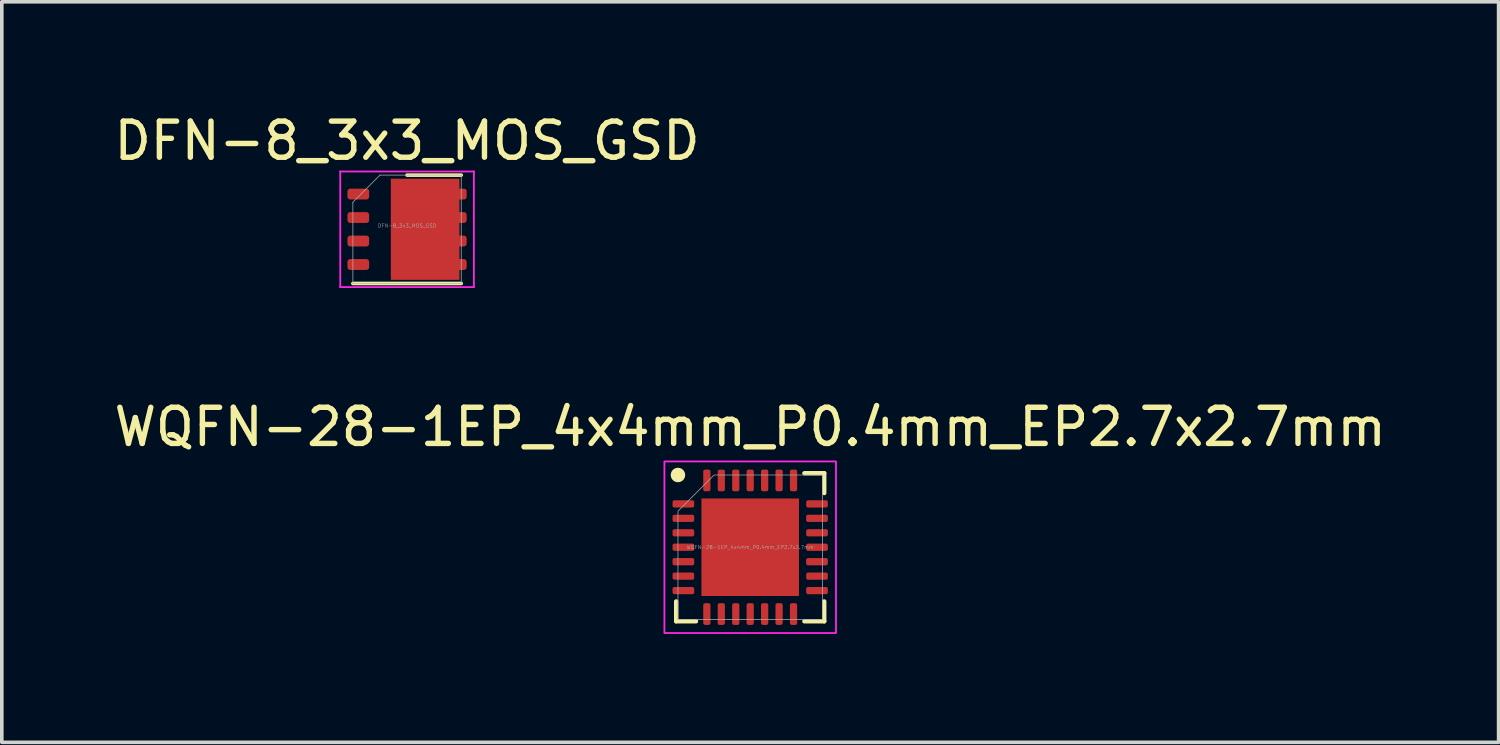
<source format=kicad_pcb>
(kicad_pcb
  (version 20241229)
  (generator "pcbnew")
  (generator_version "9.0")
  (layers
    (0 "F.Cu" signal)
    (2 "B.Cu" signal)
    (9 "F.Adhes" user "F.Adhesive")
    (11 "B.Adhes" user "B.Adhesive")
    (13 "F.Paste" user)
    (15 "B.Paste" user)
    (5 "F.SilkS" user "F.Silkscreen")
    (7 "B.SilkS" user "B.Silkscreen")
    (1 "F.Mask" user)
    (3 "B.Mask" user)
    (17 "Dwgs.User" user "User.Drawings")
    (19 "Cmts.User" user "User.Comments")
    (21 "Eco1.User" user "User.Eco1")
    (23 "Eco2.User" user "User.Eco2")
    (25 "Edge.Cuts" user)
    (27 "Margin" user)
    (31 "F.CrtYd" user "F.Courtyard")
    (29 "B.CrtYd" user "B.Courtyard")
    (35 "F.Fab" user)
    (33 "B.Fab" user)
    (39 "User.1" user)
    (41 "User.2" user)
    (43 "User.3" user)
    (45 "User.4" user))
  (footprint "WQFN-28-1EP_4x4mm_P0.4mm_EP2.7x2.7mm"
    (layer "F.Cu")
    (at 17.72 12.101)
    (property "Reference" "WQFN-28-1EP_4x4mm_P0.4mm_EP2.7x2.7mm" (at 0 -3.33 0) (layer "F.SilkS") (effects (font (size 1 1) (thickness 0.15))))
    (attr smd)
    (fp_line (start -2.05 2.05) (end -2.05 1.5) (stroke (width 0.12) (type solid)) (layer "F.SilkS"))
    (fp_line (start -1.5 2.05) (end -2.05 2.05) (stroke (width 0.12) (type solid)) (layer "F.SilkS"))
    (fp_line (start 1.5 -2.05) (end 2.05 -2.05) (stroke (width 0.12) (type solid)) (layer "F.SilkS"))
    (fp_line (start 1.5 2.05) (end 2.05 2.05) (stroke (width 0.12) (type solid)) (layer "F.SilkS"))
    (fp_line (start 2.05 -2.05) (end 2.05 -1.5) (stroke (width 0.12) (type solid)) (layer "F.SilkS"))
    (fp_line (start 2.05 2.05) (end 2.05 1.5) (stroke (width 0.12) (type solid)) (layer "F.SilkS"))
    (fp_circle (center -2 -2) (end -1.8 -2) (stroke (width 0) (type solid)) (fill yes) (layer "F.SilkS"))
    (fp_rect (start -2.375 -2.375) (end 2.375 2.375) (stroke (width 0.05) (type solid)) (fill no) (layer "F.CrtYd"))
    (fp_poly (pts (xy -2 -1) (xy -2 2) (xy 2 2) (xy 2 -2) (xy -1 -2)) (stroke (width 0.02) (type solid)) (fill no) (layer "F.Fab"))
    (fp_text user "${REFERENCE}" (at 0 0 0) (layer "F.Fab") (effects (font (size 0.1 0.1) (thickness 0.01))))
    (pad "" smd roundrect (at -0.675 -0.675) (size 1.09 1.09) (layers "F.Paste") (roundrect_rratio 0.229))
    (pad "" smd roundrect (at -0.675 0.675) (size 1.09 1.09) (layers "F.Paste") (roundrect_rratio 0.229))
    (pad "" smd roundrect (at 0.675 -0.675) (size 1.09 1.09) (layers "F.Paste") (roundrect_rratio 0.229))
    (pad "" smd roundrect (at 0.675 0.675) (size 1.09 1.09) (layers "F.Paste") (roundrect_rratio 0.229))
    (pad "1" smd roundrect (at -1.85 -1.2) (size 0.6 0.2) (layers "F.Cu" "F.Mask" "F.Paste") (roundrect_rratio 0.25))
    (pad "2" smd roundrect (at -1.85 -0.8) (size 0.6 0.2) (layers "F.Cu" "F.Mask" "F.Paste") (roundrect_rratio 0.25))
    (pad "3" smd roundrect (at -1.85 -0.4) (size 0.6 0.2) (layers "F.Cu" "F.Mask" "F.Paste") (roundrect_rratio 0.25))
    (pad "4" smd roundrect (at -1.85 0) (size 0.6 0.2) (layers "F.Cu" "F.Mask" "F.Paste") (roundrect_rratio 0.25))
    (pad "5" smd roundrect (at -1.85 0.4) (size 0.6 0.2) (layers "F.Cu" "F.Mask" "F.Paste") (roundrect_rratio 0.25))
    (pad "6" smd roundrect (at -1.85 0.8) (size 0.6 0.2) (layers "F.Cu" "F.Mask" "F.Paste") (roundrect_rratio 0.25))
    (pad "7" smd roundrect (at -1.85 1.2) (size 0.6 0.2) (layers "F.Cu" "F.Mask" "F.Paste") (roundrect_rratio 0.25))
    (pad "8" smd roundrect (at -1.2 1.85 90) (size 0.6 0.2) (layers "F.Cu" "F.Mask" "F.Paste") (roundrect_rratio 0.25))
    (pad "9" smd roundrect (at -0.8 1.85 90) (size 0.6 0.2) (layers "F.Cu" "F.Mask" "F.Paste") (roundrect_rratio 0.25))
    (pad "10" smd roundrect (at -0.4 1.85 90) (size 0.6 0.2) (layers "F.Cu" "F.Mask" "F.Paste") (roundrect_rratio 0.25))
    (pad "11" smd roundrect (at 0 1.85 90) (size 0.6 0.2) (layers "F.Cu" "F.Mask" "F.Paste") (roundrect_rratio 0.25))
    (pad "12" smd roundrect (at 0.4 1.85 90) (size 0.6 0.2) (layers "F.Cu" "F.Mask" "F.Paste") (roundrect_rratio 0.25))
    (pad "13" smd roundrect (at 0.8 1.85 90) (size 0.6 0.2) (layers "F.Cu" "F.Mask" "F.Paste") (roundrect_rratio 0.25))
    (pad "14" smd roundrect (at 1.2 1.85 90) (size 0.6 0.2) (layers "F.Cu" "F.Mask" "F.Paste") (roundrect_rratio 0.25))
    (pad "15" smd roundrect (at 1.85 1.2) (size 0.6 0.2) (layers "F.Cu" "F.Mask" "F.Paste") (roundrect_rratio 0.25))
    (pad "16" smd roundrect (at 1.85 0.8) (size 0.6 0.2) (layers "F.Cu" "F.Mask" "F.Paste") (roundrect_rratio 0.25))
    (pad "17" smd roundrect (at 1.85 0.4) (size 0.6 0.2) (layers "F.Cu" "F.Mask" "F.Paste") (roundrect_rratio 0.25))
    (pad "18" smd roundrect (at 1.85 0) (size 0.6 0.2) (layers "F.Cu" "F.Mask" "F.Paste") (roundrect_rratio 0.25))
    (pad "19" smd roundrect (at 1.85 -0.4) (size 0.6 0.2) (layers "F.Cu" "F.Mask" "F.Paste") (roundrect_rratio 0.25))
    (pad "20" smd roundrect (at 1.85 -0.8) (size 0.6 0.2) (layers "F.Cu" "F.Mask" "F.Paste") (roundrect_rratio 0.25))
    (pad "21" smd roundrect (at 1.85 -1.2) (size 0.6 0.2) (layers "F.Cu" "F.Mask" "F.Paste") (roundrect_rratio 0.25))
    (pad "22" smd roundrect (at 1.2 -1.85 90) (size 0.6 0.2) (layers "F.Cu" "F.Mask" "F.Paste") (roundrect_rratio 0.25))
    (pad "23" smd roundrect (at 0.8 -1.85 90) (size 0.6 0.2) (layers "F.Cu" "F.Mask" "F.Paste") (roundrect_rratio 0.25))
    (pad "24" smd roundrect (at 0.4 -1.85 90) (size 0.6 0.2) (layers "F.Cu" "F.Mask" "F.Paste") (roundrect_rratio 0.25))
    (pad "25" smd roundrect (at 0 -1.85 90) (size 0.6 0.2) (layers "F.Cu" "F.Mask" "F.Paste") (roundrect_rratio 0.25))
    (pad "26" smd roundrect (at -0.4 -1.85 90) (size 0.6 0.2) (layers "F.Cu" "F.Mask" "F.Paste") (roundrect_rratio 0.25))
    (pad "27" smd roundrect (at -0.8 -1.85 90) (size 0.6 0.2) (layers "F.Cu" "F.Mask" "F.Paste") (roundrect_rratio 0.25))
    (pad "28" smd roundrect (at -1.2 -1.85 90) (size 0.6 0.2) (layers "F.Cu" "F.Mask" "F.Paste") (roundrect_rratio 0.25))
    (pad "29" smd rect (at 0 0) (size 2.7 2.7) (property pad_prop_heatsink) (layers "F.Cu" "F.Mask")))
  (footprint "DFN-8_3x3_MOS_GSD"
    (layer "F.Cu")
    (at 8.22 3.298)
    (property "Reference" "DFN-8_3x3_MOS_GSD" (at 0 -2.45 0) (layer "F.SilkS") (effects (font (size 1 1) (thickness 0.15))))
    (attr smd)
    (fp_line (start -1.5 1.5) (end 1.5 1.5) (stroke (width 0.1) (type solid)) (layer "F.SilkS"))
    (fp_line (start 0 -1.5) (end 1.5 -1.5) (stroke (width 0.1) (type solid)) (layer "F.SilkS"))
    (fp_line (start -1.85 -1.6) (end -1.85 1.6) (stroke (width 0.05) (type solid)) (layer "F.CrtYd"))
    (fp_line (start -1.85 1.6) (end 1.85 1.6) (stroke (width 0.05) (type solid)) (layer "F.CrtYd"))
    (fp_line (start 1.85 -1.6) (end -1.85 -1.6) (stroke (width 0.05) (type solid)) (layer "F.CrtYd"))
    (fp_line (start 1.85 1.6) (end 1.85 -1.6) (stroke (width 0.05) (type solid)) (layer "F.CrtYd"))
    (fp_line (start -1.5 -0.75) (end -0.75 -1.5) (stroke (width 0.02) (type solid)) (layer "F.Fab"))
    (fp_line (start -1.5 1.5) (end -1.5 -0.75) (stroke (width 0.02) (type solid)) (layer "F.Fab"))
    (fp_line (start -0.75 -1.5) (end 1.5 -1.5) (stroke (width 0.02) (type solid)) (layer "F.Fab"))
    (fp_line (start 1.5 -1.5) (end 1.5 1.5) (stroke (width 0.02) (type solid)) (layer "F.Fab"))
    (fp_line (start 1.5 1.5) (end -1.5 1.5) (stroke (width 0.02) (type solid)) (layer "F.Fab"))
    (fp_text user "${REFERENCE}" (at 0 -0.1 0) (layer "F.Fab") (effects (font (size 0.1 0.1) (thickness 0.01))))
    (pad "1" smd roundrect (at -1.35 0.975) (size 0.6 0.3) (layers "F.Cu" "F.Mask" "F.Paste") (roundrect_rratio 0.25))
    (pad "2" smd roundrect (at -1.35 -0.975) (size 0.6 0.3) (layers "F.Cu" "F.Mask" "F.Paste") (roundrect_rratio 0.25))
    (pad "2" smd roundrect (at -1.35 -0.325) (size 0.6 0.3) (layers "F.Cu" "F.Mask" "F.Paste") (roundrect_rratio 0.25))
    (pad "2" smd roundrect (at -1.35 0.325) (size 0.6 0.3) (layers "F.Cu" "F.Mask" "F.Paste") (roundrect_rratio 0.25))
    (pad "3" smd rect (at 0.5 0) (size 1.9 2.8) (layers "F.Cu" "F.Mask" "F.Paste"))
    (pad "3" smd roundrect (at 1.35 -0.975) (size 0.6 0.3) (layers "F.Cu" "F.Mask" "F.Paste") (roundrect_rratio 0.25))
    (pad "3" smd roundrect (at 1.35 -0.325) (size 0.6 0.3) (layers "F.Cu" "F.Mask" "F.Paste") (roundrect_rratio 0.25))
    (pad "3" smd roundrect (at 1.35 0.325) (size 0.6 0.3) (layers "F.Cu" "F.Mask" "F.Paste") (roundrect_rratio 0.25))
    (pad "3" smd roundrect (at 1.35 0.975) (size 0.6 0.3) (layers "F.Cu" "F.Mask" "F.Paste") (roundrect_rratio 0.25)))
  (gr_rect
    (start -3 -3)
    (end 38.44 17.502)
    (stroke (width 0.1) (type default))
    (fill no)
    (layer "Edge.Cuts")))
</source>
